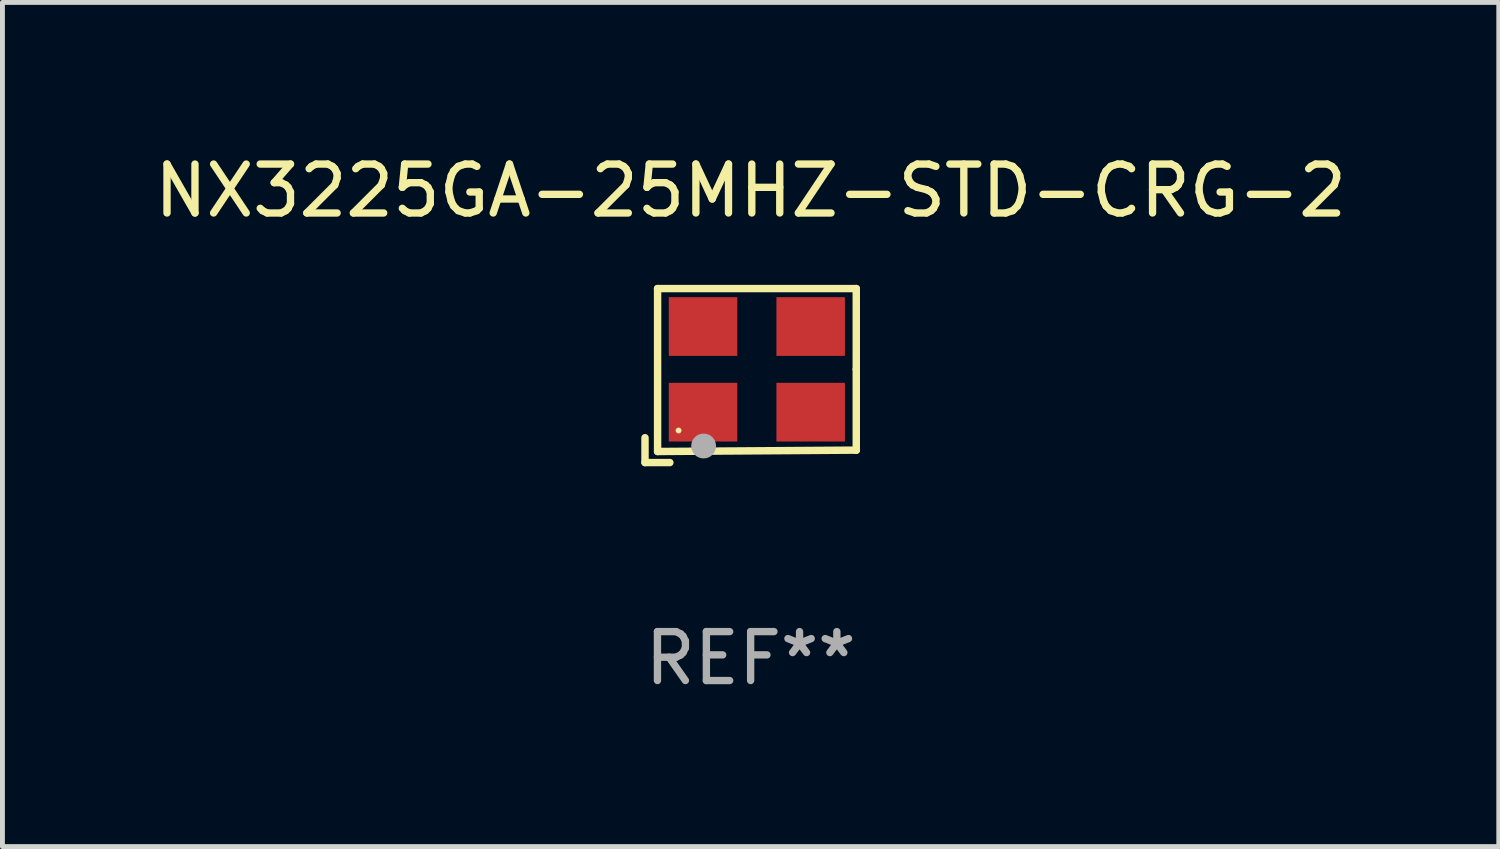
<source format=kicad_pcb>
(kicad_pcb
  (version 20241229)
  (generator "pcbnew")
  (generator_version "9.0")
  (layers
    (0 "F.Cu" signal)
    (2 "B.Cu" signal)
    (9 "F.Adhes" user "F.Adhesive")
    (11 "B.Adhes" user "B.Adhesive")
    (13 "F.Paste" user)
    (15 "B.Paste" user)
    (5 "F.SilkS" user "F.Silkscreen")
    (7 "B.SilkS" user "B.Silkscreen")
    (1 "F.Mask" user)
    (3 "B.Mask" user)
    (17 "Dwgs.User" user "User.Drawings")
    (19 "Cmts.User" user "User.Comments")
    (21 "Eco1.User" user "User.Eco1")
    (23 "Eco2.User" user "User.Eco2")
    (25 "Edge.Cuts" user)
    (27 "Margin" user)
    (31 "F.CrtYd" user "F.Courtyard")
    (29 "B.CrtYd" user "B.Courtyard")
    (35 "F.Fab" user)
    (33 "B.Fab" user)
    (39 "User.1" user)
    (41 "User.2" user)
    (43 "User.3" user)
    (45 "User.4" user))
  (footprint "NX3225GA-25MHZ-STD-CRG-2"
    (layer "F.Cu")
    (at 12.292 4.626)
    (property "Reference" "NX3225GA-25MHZ-STD-CRG-2" (at 0 -3.778 0) (layer "F.SilkS") (effects (font (size 1 1) (thickness 0.15))))
    (attr through_hole)
    (fp_line (start -2.159 1.27) (end -2.159 1.778) (stroke (width 0.152) (type solid)) (layer "F.SilkS"))
    (fp_line (start -2.159 1.778) (end -1.651 1.778) (stroke (width 0.152) (type solid)) (layer "F.SilkS"))
    (fp_line (start -1.902 -1.778) (end 2.159 -1.778) (stroke (width 0.152) (type solid)) (layer "F.SilkS"))
    (fp_line (start -1.902 1.552) (end -1.902 -1.778) (stroke (width 0.152) (type solid)) (layer "F.SilkS"))
    (fp_line (start 2.159 -1.778) (end 2.159 -0.127) (stroke (width 0.152) (type solid)) (layer "F.SilkS"))
    (fp_line (start 2.159 -0.127) (end 2.159 1.524) (stroke (width 0.152) (type solid)) (layer "F.SilkS"))
    (fp_line (start 2.159 1.524) (end -1.902 1.552) (stroke (width 0.152) (type solid)) (layer "F.SilkS"))
    (fp_line (start 2.159 1.524) (end 2.159 1.524) (stroke (width 0.152) (type solid)) (layer "F.SilkS"))
    (fp_circle (center -1.473 1.123) (end -1.443 1.123) (stroke (width 0.06) (type solid)) (fill no) (layer "F.SilkS"))
    (fp_circle (center -0.961 1.44) (end -0.834 1.44) (stroke (width 0.254) (type solid)) (fill no) (layer "F.Fab"))
    (fp_text user "REF**" (at 0 5.778 0) (layer "F.Fab") (effects (font (size 1 1) (thickness 0.15))))
    (pad "1" smd rect (at -0.973 0.748) (size 1.4 1.2) (layers "F.Cu" "F.Mask" "F.Paste"))
    (pad "2" smd rect (at 1.227 0.748) (size 1.4 1.2) (layers "F.Cu" "F.Mask" "F.Paste"))
    (pad "3" smd rect (at 1.227 -1.002) (size 1.4 1.2) (layers "F.Cu" "F.Mask" "F.Paste"))
    (pad "4" smd rect (at -0.973 -1.002) (size 1.4 1.2) (layers "F.Cu" "F.Mask" "F.Paste")))
  (gr_rect
    (start -3 -3)
    (end 27.583 14.253)
    (stroke (width 0.1) (type default))
    (fill no)
    (layer "Edge.Cuts")))
</source>
